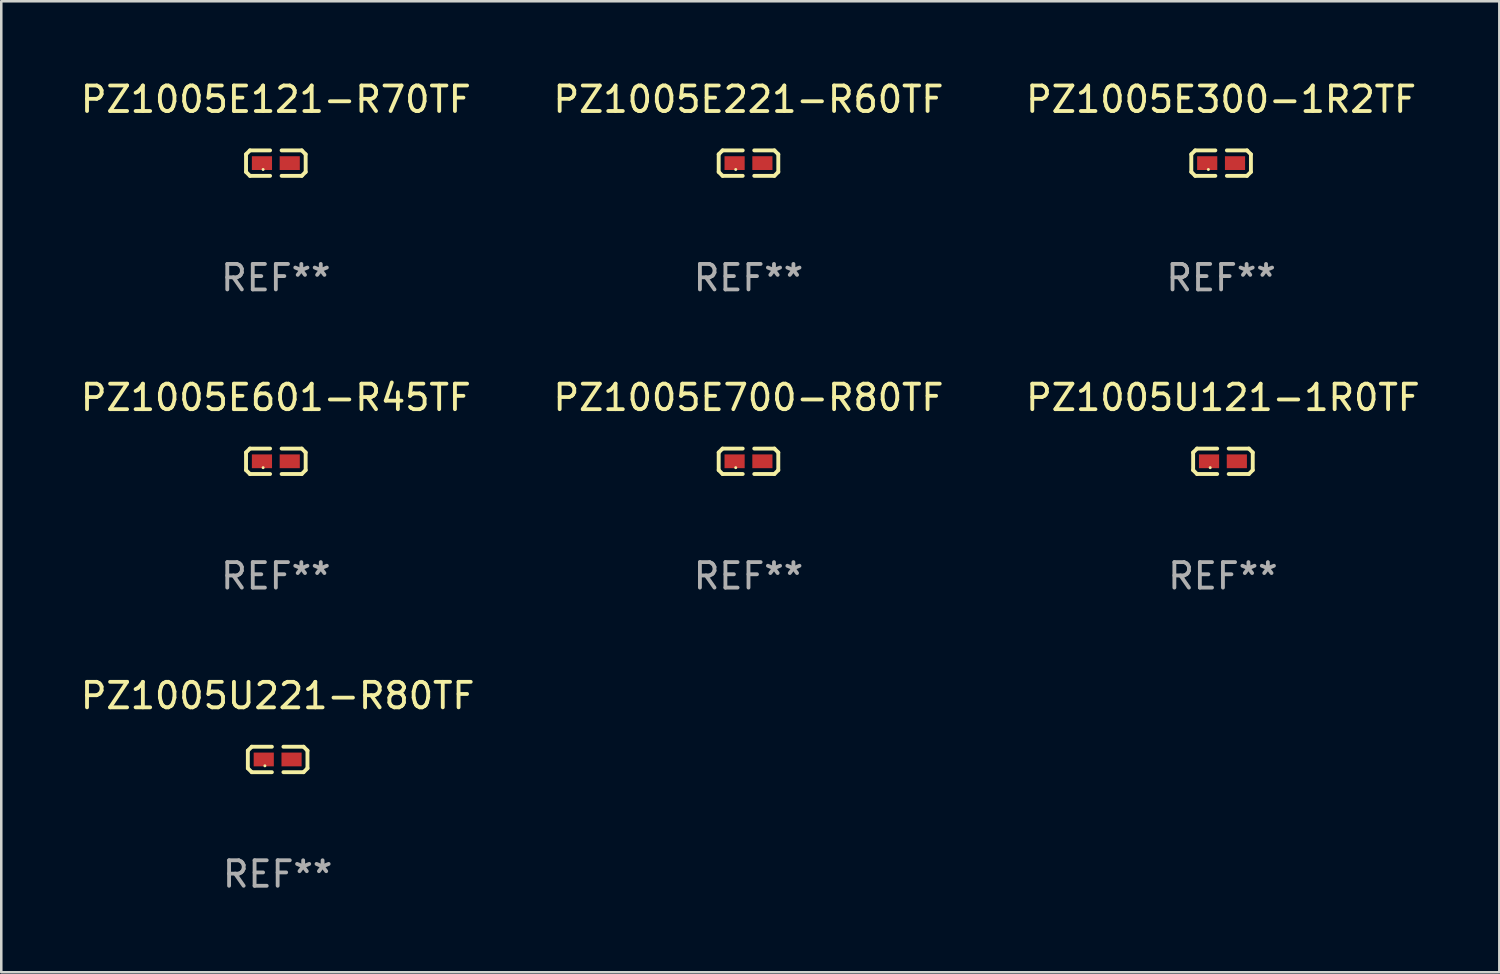
<source format=kicad_pcb>
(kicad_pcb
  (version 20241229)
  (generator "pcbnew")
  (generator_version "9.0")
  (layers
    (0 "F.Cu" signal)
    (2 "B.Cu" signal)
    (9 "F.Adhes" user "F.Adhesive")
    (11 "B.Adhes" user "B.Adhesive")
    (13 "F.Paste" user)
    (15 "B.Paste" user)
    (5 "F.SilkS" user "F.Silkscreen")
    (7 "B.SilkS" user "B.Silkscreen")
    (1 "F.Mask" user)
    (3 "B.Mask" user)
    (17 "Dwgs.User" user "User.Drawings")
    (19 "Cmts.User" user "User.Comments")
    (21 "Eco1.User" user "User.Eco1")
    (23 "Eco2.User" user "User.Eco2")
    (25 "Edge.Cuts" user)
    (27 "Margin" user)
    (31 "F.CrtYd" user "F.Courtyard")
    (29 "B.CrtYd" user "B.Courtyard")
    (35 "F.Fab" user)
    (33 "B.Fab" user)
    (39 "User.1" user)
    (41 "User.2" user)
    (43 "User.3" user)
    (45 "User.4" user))
  (footprint "PZ1005U221-R80TF"
    (layer "F.Cu")
    (at 7.839 26.734)
    (property "Reference" "PZ1005U221-R80TF" (at 0 -2.499 0) (layer "F.SilkS") (effects (font (size 1 1) (thickness 0.15))))
    (attr through_hole)
    (fp_line (start -1.169 -0.346) (end -1.016 -0.499) (stroke (width 0.152) (type solid)) (layer "F.SilkS"))
    (fp_line (start -1.169 0.346) (end -1.169 -0.346) (stroke (width 0.152) (type solid)) (layer "F.SilkS"))
    (fp_line (start -1.016 -0.499) (end -0.226 -0.499) (stroke (width 0.152) (type solid)) (layer "F.SilkS"))
    (fp_line (start -1.016 0.499) (end -1.169 0.346) (stroke (width 0.152) (type solid)) (layer "F.SilkS"))
    (fp_line (start -0.226 0.499) (end -1.016 0.499) (stroke (width 0.152) (type solid)) (layer "F.SilkS"))
    (fp_line (start 0.226 0.499) (end 1.016 0.499) (stroke (width 0.152) (type solid)) (layer "F.SilkS"))
    (fp_line (start 1.016 -0.499) (end 0.226 -0.499) (stroke (width 0.152) (type solid)) (layer "F.SilkS"))
    (fp_line (start 1.016 0.499) (end 1.169 0.346) (stroke (width 0.152) (type solid)) (layer "F.SilkS"))
    (fp_line (start 1.169 -0.346) (end 1.016 -0.499) (stroke (width 0.152) (type solid)) (layer "F.SilkS"))
    (fp_line (start 1.169 0.346) (end 1.169 -0.346) (stroke (width 0.152) (type solid)) (layer "F.SilkS"))
    (fp_circle (center -0.5 0.25) (end -0.47 0.25) (stroke (width 0.06) (type solid)) (fill no) (layer "F.SilkS"))
    (fp_text user "REF**" (at 0 4.499 0) (layer "F.Fab") (effects (font (size 1 1) (thickness 0.15))))
    (pad "1" smd rect (at -0.545 0) (size 0.79 0.54) (layers "F.Cu" "F.Mask" "F.Paste"))
    (pad "2" smd rect (at 0.545 0) (size 0.79 0.54) (layers "F.Cu" "F.Mask" "F.Paste")))
  (footprint "PZ1005E601-R45TF"
    (layer "F.Cu")
    (at 7.768 15.041)
    (property "Reference" "PZ1005E601-R45TF" (at 0 -2.499 0) (layer "F.SilkS") (effects (font (size 1 1) (thickness 0.15))))
    (attr through_hole)
    (fp_line (start -1.169 -0.346) (end -1.016 -0.499) (stroke (width 0.152) (type solid)) (layer "F.SilkS"))
    (fp_line (start -1.169 0.346) (end -1.169 -0.346) (stroke (width 0.152) (type solid)) (layer "F.SilkS"))
    (fp_line (start -1.016 -0.499) (end -0.226 -0.499) (stroke (width 0.152) (type solid)) (layer "F.SilkS"))
    (fp_line (start -1.016 0.499) (end -1.169 0.346) (stroke (width 0.152) (type solid)) (layer "F.SilkS"))
    (fp_line (start -0.226 0.499) (end -1.016 0.499) (stroke (width 0.152) (type solid)) (layer "F.SilkS"))
    (fp_line (start 0.226 0.499) (end 1.016 0.499) (stroke (width 0.152) (type solid)) (layer "F.SilkS"))
    (fp_line (start 1.016 -0.499) (end 0.226 -0.499) (stroke (width 0.152) (type solid)) (layer "F.SilkS"))
    (fp_line (start 1.016 0.499) (end 1.169 0.346) (stroke (width 0.152) (type solid)) (layer "F.SilkS"))
    (fp_line (start 1.169 -0.346) (end 1.016 -0.499) (stroke (width 0.152) (type solid)) (layer "F.SilkS"))
    (fp_line (start 1.169 0.346) (end 1.169 -0.346) (stroke (width 0.152) (type solid)) (layer "F.SilkS"))
    (fp_circle (center -0.5 0.25) (end -0.47 0.25) (stroke (width 0.06) (type solid)) (fill no) (layer "F.SilkS"))
    (fp_text user "REF**" (at 0 4.499 0) (layer "F.Fab") (effects (font (size 1 1) (thickness 0.15))))
    (pad "1" smd rect (at -0.545 0) (size 0.79 0.54) (layers "F.Cu" "F.Mask" "F.Paste"))
    (pad "2" smd rect (at 0.545 0) (size 0.79 0.54) (layers "F.Cu" "F.Mask" "F.Paste")))
  (footprint "PZ1005E221-R60TF"
    (layer "F.Cu")
    (at 26.304 3.347)
    (property "Reference" "PZ1005E221-R60TF" (at 0 -2.499 0) (layer "F.SilkS") (effects (font (size 1 1) (thickness 0.15))))
    (attr through_hole)
    (fp_line (start -1.169 -0.346) (end -1.016 -0.499) (stroke (width 0.152) (type solid)) (layer "F.SilkS"))
    (fp_line (start -1.169 0.346) (end -1.169 -0.346) (stroke (width 0.152) (type solid)) (layer "F.SilkS"))
    (fp_line (start -1.016 -0.499) (end -0.226 -0.499) (stroke (width 0.152) (type solid)) (layer "F.SilkS"))
    (fp_line (start -1.016 0.499) (end -1.169 0.346) (stroke (width 0.152) (type solid)) (layer "F.SilkS"))
    (fp_line (start -0.226 0.499) (end -1.016 0.499) (stroke (width 0.152) (type solid)) (layer "F.SilkS"))
    (fp_line (start 0.226 0.499) (end 1.016 0.499) (stroke (width 0.152) (type solid)) (layer "F.SilkS"))
    (fp_line (start 1.016 -0.499) (end 0.226 -0.499) (stroke (width 0.152) (type solid)) (layer "F.SilkS"))
    (fp_line (start 1.016 0.499) (end 1.169 0.346) (stroke (width 0.152) (type solid)) (layer "F.SilkS"))
    (fp_line (start 1.169 -0.346) (end 1.016 -0.499) (stroke (width 0.152) (type solid)) (layer "F.SilkS"))
    (fp_line (start 1.169 0.346) (end 1.169 -0.346) (stroke (width 0.152) (type solid)) (layer "F.SilkS"))
    (fp_circle (center -0.5 0.25) (end -0.47 0.25) (stroke (width 0.06) (type solid)) (fill no) (layer "F.SilkS"))
    (fp_text user "REF**" (at 0 4.499 0) (layer "F.Fab") (effects (font (size 1 1) (thickness 0.15))))
    (pad "1" smd rect (at -0.545 0) (size 0.79 0.54) (layers "F.Cu" "F.Mask" "F.Paste"))
    (pad "2" smd rect (at 0.545 0) (size 0.79 0.54) (layers "F.Cu" "F.Mask" "F.Paste")))
  (footprint "PZ1005E300-1R2TF"
    (layer "F.Cu")
    (at 44.839 3.347)
    (property "Reference" "PZ1005E300-1R2TF" (at 0 -2.499 0) (layer "F.SilkS") (effects (font (size 1 1) (thickness 0.15))))
    (attr through_hole)
    (fp_line (start -1.169 -0.346) (end -1.016 -0.499) (stroke (width 0.152) (type solid)) (layer "F.SilkS"))
    (fp_line (start -1.169 0.346) (end -1.169 -0.346) (stroke (width 0.152) (type solid)) (layer "F.SilkS"))
    (fp_line (start -1.016 -0.499) (end -0.226 -0.499) (stroke (width 0.152) (type solid)) (layer "F.SilkS"))
    (fp_line (start -1.016 0.499) (end -1.169 0.346) (stroke (width 0.152) (type solid)) (layer "F.SilkS"))
    (fp_line (start -0.226 0.499) (end -1.016 0.499) (stroke (width 0.152) (type solid)) (layer "F.SilkS"))
    (fp_line (start 0.226 0.499) (end 1.016 0.499) (stroke (width 0.152) (type solid)) (layer "F.SilkS"))
    (fp_line (start 1.016 -0.499) (end 0.226 -0.499) (stroke (width 0.152) (type solid)) (layer "F.SilkS"))
    (fp_line (start 1.016 0.499) (end 1.169 0.346) (stroke (width 0.152) (type solid)) (layer "F.SilkS"))
    (fp_line (start 1.169 -0.346) (end 1.016 -0.499) (stroke (width 0.152) (type solid)) (layer "F.SilkS"))
    (fp_line (start 1.169 0.346) (end 1.169 -0.346) (stroke (width 0.152) (type solid)) (layer "F.SilkS"))
    (fp_circle (center -0.5 0.25) (end -0.47 0.25) (stroke (width 0.06) (type solid)) (fill no) (layer "F.SilkS"))
    (fp_text user "REF**" (at 0 4.499 0) (layer "F.Fab") (effects (font (size 1 1) (thickness 0.15))))
    (pad "1" smd rect (at -0.545 0) (size 0.79 0.54) (layers "F.Cu" "F.Mask" "F.Paste"))
    (pad "2" smd rect (at 0.545 0) (size 0.79 0.54) (layers "F.Cu" "F.Mask" "F.Paste")))
  (footprint "PZ1005E700-R80TF"
    (layer "F.Cu")
    (at 26.304 15.041)
    (property "Reference" "PZ1005E700-R80TF" (at 0 -2.499 0) (layer "F.SilkS") (effects (font (size 1 1) (thickness 0.15))))
    (attr through_hole)
    (fp_line (start -1.169 -0.346) (end -1.016 -0.499) (stroke (width 0.152) (type solid)) (layer "F.SilkS"))
    (fp_line (start -1.169 0.346) (end -1.169 -0.346) (stroke (width 0.152) (type solid)) (layer "F.SilkS"))
    (fp_line (start -1.016 -0.499) (end -0.226 -0.499) (stroke (width 0.152) (type solid)) (layer "F.SilkS"))
    (fp_line (start -1.016 0.499) (end -1.169 0.346) (stroke (width 0.152) (type solid)) (layer "F.SilkS"))
    (fp_line (start -0.226 0.499) (end -1.016 0.499) (stroke (width 0.152) (type solid)) (layer "F.SilkS"))
    (fp_line (start 0.226 0.499) (end 1.016 0.499) (stroke (width 0.152) (type solid)) (layer "F.SilkS"))
    (fp_line (start 1.016 -0.499) (end 0.226 -0.499) (stroke (width 0.152) (type solid)) (layer "F.SilkS"))
    (fp_line (start 1.016 0.499) (end 1.169 0.346) (stroke (width 0.152) (type solid)) (layer "F.SilkS"))
    (fp_line (start 1.169 -0.346) (end 1.016 -0.499) (stroke (width 0.152) (type solid)) (layer "F.SilkS"))
    (fp_line (start 1.169 0.346) (end 1.169 -0.346) (stroke (width 0.152) (type solid)) (layer "F.SilkS"))
    (fp_circle (center -0.5 0.25) (end -0.47 0.25) (stroke (width 0.06) (type solid)) (fill no) (layer "F.SilkS"))
    (fp_text user "REF**" (at 0 4.499 0) (layer "F.Fab") (effects (font (size 1 1) (thickness 0.15))))
    (pad "1" smd rect (at -0.545 0) (size 0.79 0.54) (layers "F.Cu" "F.Mask" "F.Paste"))
    (pad "2" smd rect (at 0.545 0) (size 0.79 0.54) (layers "F.Cu" "F.Mask" "F.Paste")))
  (footprint "PZ1005U121-1R0TF"
    (layer "F.Cu")
    (at 44.911 15.041)
    (property "Reference" "PZ1005U121-1R0TF" (at 0 -2.499 0) (layer "F.SilkS") (effects (font (size 1 1) (thickness 0.15))))
    (attr through_hole)
    (fp_line (start -1.169 -0.346) (end -1.016 -0.499) (stroke (width 0.152) (type solid)) (layer "F.SilkS"))
    (fp_line (start -1.169 0.346) (end -1.169 -0.346) (stroke (width 0.152) (type solid)) (layer "F.SilkS"))
    (fp_line (start -1.016 -0.499) (end -0.226 -0.499) (stroke (width 0.152) (type solid)) (layer "F.SilkS"))
    (fp_line (start -1.016 0.499) (end -1.169 0.346) (stroke (width 0.152) (type solid)) (layer "F.SilkS"))
    (fp_line (start -0.226 0.499) (end -1.016 0.499) (stroke (width 0.152) (type solid)) (layer "F.SilkS"))
    (fp_line (start 0.226 0.499) (end 1.016 0.499) (stroke (width 0.152) (type solid)) (layer "F.SilkS"))
    (fp_line (start 1.016 -0.499) (end 0.226 -0.499) (stroke (width 0.152) (type solid)) (layer "F.SilkS"))
    (fp_line (start 1.016 0.499) (end 1.169 0.346) (stroke (width 0.152) (type solid)) (layer "F.SilkS"))
    (fp_line (start 1.169 -0.346) (end 1.016 -0.499) (stroke (width 0.152) (type solid)) (layer "F.SilkS"))
    (fp_line (start 1.169 0.346) (end 1.169 -0.346) (stroke (width 0.152) (type solid)) (layer "F.SilkS"))
    (fp_circle (center -0.5 0.25) (end -0.47 0.25) (stroke (width 0.06) (type solid)) (fill no) (layer "F.SilkS"))
    (fp_text user "REF**" (at 0 4.499 0) (layer "F.Fab") (effects (font (size 1 1) (thickness 0.15))))
    (pad "1" smd rect (at -0.545 0) (size 0.79 0.54) (layers "F.Cu" "F.Mask" "F.Paste"))
    (pad "2" smd rect (at 0.545 0) (size 0.79 0.54) (layers "F.Cu" "F.Mask" "F.Paste")))
  (footprint "PZ1005E121-R70TF"
    (layer "F.Cu")
    (at 7.768 3.347)
    (property "Reference" "PZ1005E121-R70TF" (at 0 -2.499 0) (layer "F.SilkS") (effects (font (size 1 1) (thickness 0.15))))
    (attr through_hole)
    (fp_line (start -1.169 -0.346) (end -1.016 -0.499) (stroke (width 0.152) (type solid)) (layer "F.SilkS"))
    (fp_line (start -1.169 0.346) (end -1.169 -0.346) (stroke (width 0.152) (type solid)) (layer "F.SilkS"))
    (fp_line (start -1.016 -0.499) (end -0.226 -0.499) (stroke (width 0.152) (type solid)) (layer "F.SilkS"))
    (fp_line (start -1.016 0.499) (end -1.169 0.346) (stroke (width 0.152) (type solid)) (layer "F.SilkS"))
    (fp_line (start -0.226 0.499) (end -1.016 0.499) (stroke (width 0.152) (type solid)) (layer "F.SilkS"))
    (fp_line (start 0.226 0.499) (end 1.016 0.499) (stroke (width 0.152) (type solid)) (layer "F.SilkS"))
    (fp_line (start 1.016 -0.499) (end 0.226 -0.499) (stroke (width 0.152) (type solid)) (layer "F.SilkS"))
    (fp_line (start 1.016 0.499) (end 1.169 0.346) (stroke (width 0.152) (type solid)) (layer "F.SilkS"))
    (fp_line (start 1.169 -0.346) (end 1.016 -0.499) (stroke (width 0.152) (type solid)) (layer "F.SilkS"))
    (fp_line (start 1.169 0.346) (end 1.169 -0.346) (stroke (width 0.152) (type solid)) (layer "F.SilkS"))
    (fp_circle (center -0.5 0.25) (end -0.47 0.25) (stroke (width 0.06) (type solid)) (fill no) (layer "F.SilkS"))
    (fp_text user "REF**" (at 0 4.499 0) (layer "F.Fab") (effects (font (size 1 1) (thickness 0.15))))
    (pad "1" smd rect (at -0.545 0) (size 0.79 0.54) (layers "F.Cu" "F.Mask" "F.Paste"))
    (pad "2" smd rect (at 0.545 0) (size 0.79 0.54) (layers "F.Cu" "F.Mask" "F.Paste")))
  (gr_rect
    (start -3 -3)
    (end 55.75 35.081)
    (stroke (width 0.1) (type default))
    (fill no)
    (layer "Edge.Cuts")))
</source>
